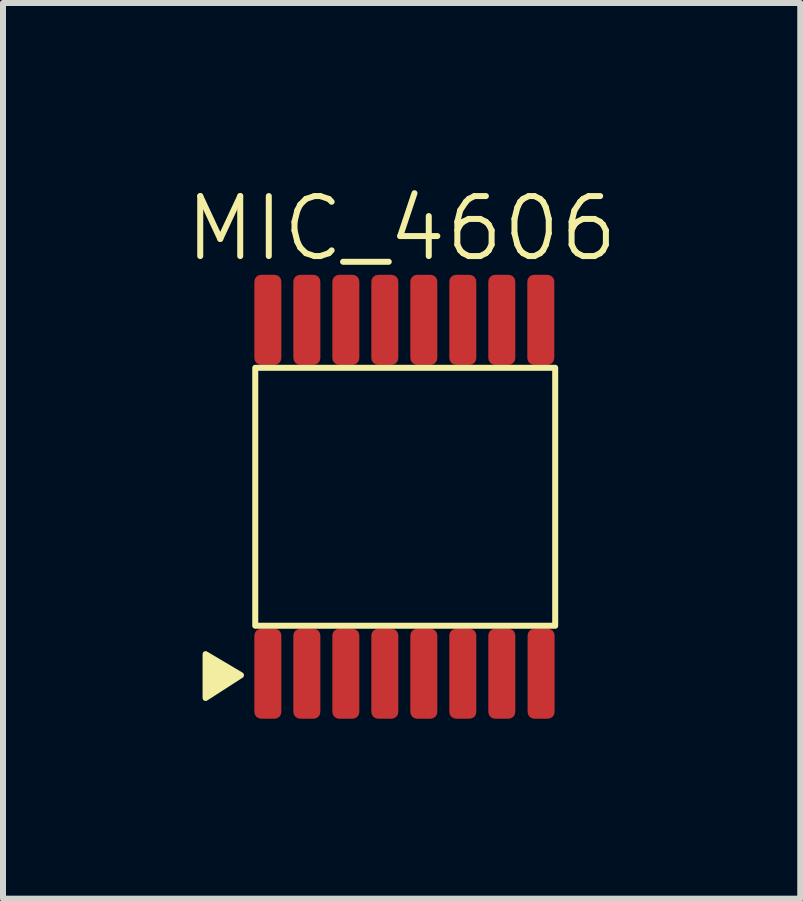
<source format=kicad_pcb>
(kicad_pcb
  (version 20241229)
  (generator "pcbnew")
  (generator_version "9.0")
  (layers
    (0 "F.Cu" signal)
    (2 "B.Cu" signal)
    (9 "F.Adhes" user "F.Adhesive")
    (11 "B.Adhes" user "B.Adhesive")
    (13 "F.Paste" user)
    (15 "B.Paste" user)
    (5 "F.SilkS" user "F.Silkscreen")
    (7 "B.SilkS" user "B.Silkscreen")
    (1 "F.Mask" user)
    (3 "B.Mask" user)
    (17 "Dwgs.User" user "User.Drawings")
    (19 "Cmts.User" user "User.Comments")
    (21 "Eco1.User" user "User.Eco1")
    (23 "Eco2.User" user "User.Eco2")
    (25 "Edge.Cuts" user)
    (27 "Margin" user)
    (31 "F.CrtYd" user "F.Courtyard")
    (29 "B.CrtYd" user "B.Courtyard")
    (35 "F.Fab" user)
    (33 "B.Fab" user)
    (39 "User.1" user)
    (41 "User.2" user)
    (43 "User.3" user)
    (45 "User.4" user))
  (footprint "MIC_4606"
    (layer "F.Cu")
    (at 3.685 5.231)
    (property "Reference" "MIC_4606" (at -0.04 -4.47 0) (unlocked yes) (layer "F.SilkS") (effects (font (size 1 1) (thickness 0.1))))
    (attr smd)
    (fp_rect (start -2.48 -2.15) (end 2.52 2.15) (stroke (width 0.1) (type default)) (fill no) (layer "F.SilkS"))
    (fp_poly (pts (xy -3.308 3.354) (xy -2.718 2.974) (xy -3.308 2.624)) (stroke (width 0.1) (type solid)) (fill yes) (layer "F.SilkS"))
    (pad "1" smd roundrect (at -2.27 2.95) (size 0.45 1.5) (layers "F.Cu" "F.Mask" "F.Paste") (roundrect_rratio 0.25))
    (pad "2" smd roundrect (at -1.62 2.95) (size 0.45 1.5) (layers "F.Cu" "F.Mask" "F.Paste") (roundrect_rratio 0.25))
    (pad "3" smd roundrect (at -0.97 2.95) (size 0.45 1.5) (layers "F.Cu" "F.Mask" "F.Paste") (roundrect_rratio 0.25))
    (pad "4" smd roundrect (at -0.32 2.95) (size 0.45 1.5) (layers "F.Cu" "F.Mask" "F.Paste") (roundrect_rratio 0.25))
    (pad "5" smd roundrect (at 0.33 2.95) (size 0.45 1.5) (layers "F.Cu" "F.Mask" "F.Paste") (roundrect_rratio 0.25))
    (pad "6" smd roundrect (at 0.98 2.95) (size 0.45 1.5) (layers "F.Cu" "F.Mask" "F.Paste") (roundrect_rratio 0.25))
    (pad "7" smd roundrect (at 1.63 2.95) (size 0.45 1.5) (layers "F.Cu" "F.Mask" "F.Paste") (roundrect_rratio 0.25))
    (pad "8" smd roundrect (at 2.28 2.95) (size 0.45 1.5) (drill (offset 0.005 0)) (layers "F.Cu" "F.Mask" "F.Paste") (roundrect_rratio 0.25))
    (pad "9" smd roundrect (at 2.28 -2.95) (size 0.45 1.5) (layers "F.Cu" "F.Mask" "F.Paste") (roundrect_rratio 0.25))
    (pad "10" smd roundrect (at 1.63 -2.95) (size 0.45 1.5) (layers "F.Cu" "F.Mask" "F.Paste") (roundrect_rratio 0.25))
    (pad "11" smd roundrect (at 0.98 -2.95) (size 0.45 1.5) (layers "F.Cu" "F.Mask" "F.Paste") (roundrect_rratio 0.25))
    (pad "12" smd roundrect (at 0.33 -2.95) (size 0.45 1.5) (layers "F.Cu" "F.Mask" "F.Paste") (roundrect_rratio 0.25))
    (pad "13" smd roundrect (at -0.32 -2.95) (size 0.45 1.5) (layers "F.Cu" "F.Mask" "F.Paste") (roundrect_rratio 0.25))
    (pad "14" smd roundrect (at -0.97 -2.95) (size 0.45 1.5) (layers "F.Cu" "F.Mask" "F.Paste") (roundrect_rratio 0.25))
    (pad "15" smd roundrect (at -1.62 -2.95) (size 0.45 1.5) (layers "F.Cu" "F.Mask" "F.Paste") (roundrect_rratio 0.25))
    (pad "16" smd roundrect (at -2.27 -2.95) (size 0.45 1.5) (layers "F.Cu" "F.Mask" "F.Paste") (roundrect_rratio 0.25)))
  (gr_rect
    (start -3 -3)
    (end 10.29 11.931)
    (stroke (width 0.1) (type default))
    (fill no)
    (layer "Edge.Cuts")))
</source>
